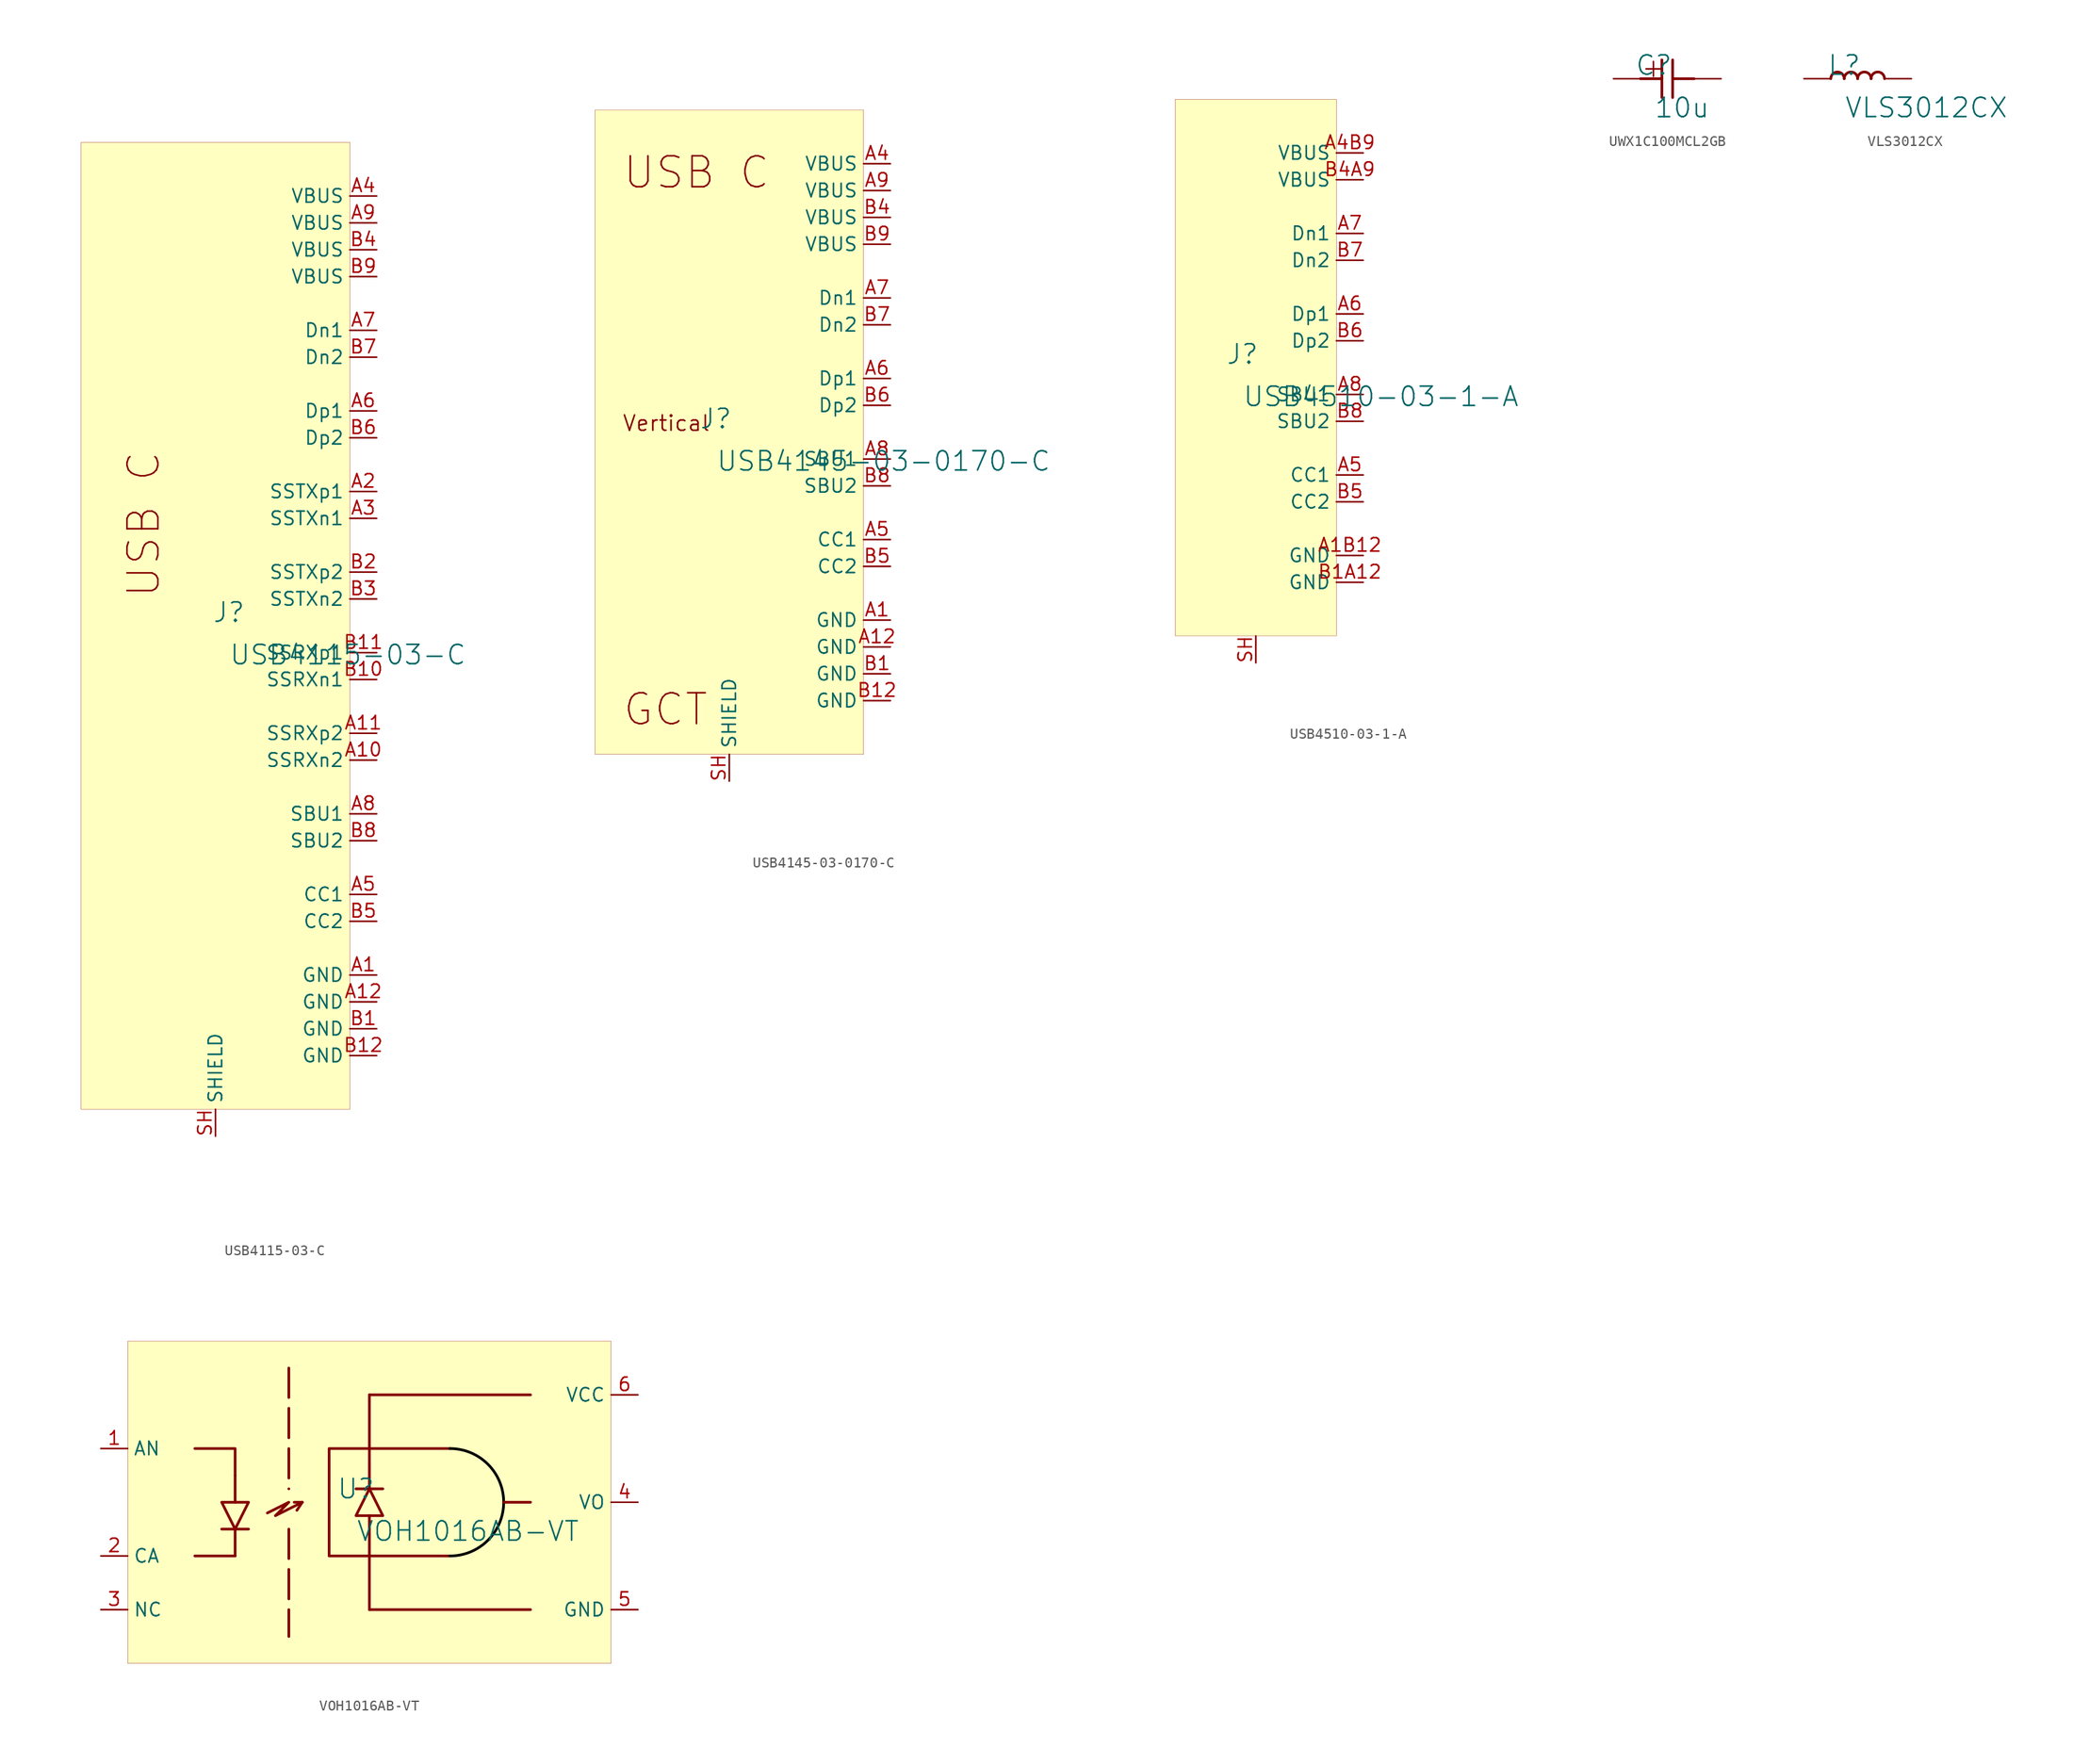
<source format=kicad_sym>
(kicad_symbol_lib
  (version 20231120)
  (generator "kicad_symbol_editor")
  (generator_version "8.0")
  (symbol "USB4115-03-C"
    (property "Reference" "J"
      (at -1.27 1.27 0)
      (effects (font (size 1.829 1.829))))
    (property "Value" "USB4115-03-C"
      (at -1.27 -3.81 0)
      (effects (font (size 1.829 1.829)) (justify left bottom)))
    (symbol "USB4115-03-C_1_0"
      (rectangle (start -15.24 45.72) (end 10.16 -45.72) (stroke (width 0.025) (type solid)) (fill (type background)))
      (text "USB C" (at -7.62 2.54 900) (effects (font (size 2.921 2.921)) (justify left bottom)))
      (pin passive line (at 12.7 -33.02 180) (length 2.54) (name "GND" (effects (font (size 1.27 1.27)))) (number "A1" (effects (font (size 1.27 1.27)))))
      (pin passive line (at 12.7 -12.7 180) (length 2.54) (name "SSRXn2" (effects (font (size 1.27 1.27)))) (number "A10" (effects (font (size 1.27 1.27)))))
      (pin passive line (at 12.7 -10.16 180) (length 2.54) (name "SSRXp2" (effects (font (size 1.27 1.27)))) (number "A11" (effects (font (size 1.27 1.27)))))
      (pin passive line (at 12.7 -35.56 180) (length 2.54) (name "GND" (effects (font (size 1.27 1.27)))) (number "A12" (effects (font (size 1.27 1.27)))))
      (pin passive line (at 12.7 12.7 180) (length 2.54) (name "SSTXp1" (effects (font (size 1.27 1.27)))) (number "A2" (effects (font (size 1.27 1.27)))))
      (pin passive line (at 12.7 10.16 180) (length 2.54) (name "SSTXn1" (effects (font (size 1.27 1.27)))) (number "A3" (effects (font (size 1.27 1.27)))))
      (pin passive line (at 12.7 40.64 180) (length 2.54) (name "VBUS" (effects (font (size 1.27 1.27)))) (number "A4" (effects (font (size 1.27 1.27)))))
      (pin passive line (at 12.7 -25.4 180) (length 2.54) (name "CC1" (effects (font (size 1.27 1.27)))) (number "A5" (effects (font (size 1.27 1.27)))))
      (pin passive line (at 12.7 20.32 180) (length 2.54) (name "Dp1" (effects (font (size 1.27 1.27)))) (number "A6" (effects (font (size 1.27 1.27)))))
      (pin passive line (at 12.7 27.94 180) (length 2.54) (name "Dn1" (effects (font (size 1.27 1.27)))) (number "A7" (effects (font (size 1.27 1.27)))))
      (pin passive line (at 12.7 -17.78 180) (length 2.54) (name "SBU1" (effects (font (size 1.27 1.27)))) (number "A8" (effects (font (size 1.27 1.27)))))
      (pin passive line (at 12.7 38.1 180) (length 2.54) (name "VBUS" (effects (font (size 1.27 1.27)))) (number "A9" (effects (font (size 1.27 1.27)))))
      (pin passive line (at 12.7 -38.1 180) (length 2.54) (name "GND" (effects (font (size 1.27 1.27)))) (number "B1" (effects (font (size 1.27 1.27)))))
      (pin passive line (at 12.7 -5.08 180) (length 2.54) (name "SSRXn1" (effects (font (size 1.27 1.27)))) (number "B10" (effects (font (size 1.27 1.27)))))
      (pin passive line (at 12.7 -2.54 180) (length 2.54) (name "SSRXp1" (effects (font (size 1.27 1.27)))) (number "B11" (effects (font (size 1.27 1.27)))))
      (pin passive line (at 12.7 -40.64 180) (length 2.54) (name "GND" (effects (font (size 1.27 1.27)))) (number "B12" (effects (font (size 1.27 1.27)))))
      (pin passive line (at 12.7 5.08 180) (length 2.54) (name "SSTXp2" (effects (font (size 1.27 1.27)))) (number "B2" (effects (font (size 1.27 1.27)))))
      (pin passive line (at 12.7 2.54 180) (length 2.54) (name "SSTXn2" (effects (font (size 1.27 1.27)))) (number "B3" (effects (font (size 1.27 1.27)))))
      (pin passive line (at 12.7 35.56 180) (length 2.54) (name "VBUS" (effects (font (size 1.27 1.27)))) (number "B4" (effects (font (size 1.27 1.27)))))
      (pin passive line (at 12.7 -27.94 180) (length 2.54) (name "CC2" (effects (font (size 1.27 1.27)))) (number "B5" (effects (font (size 1.27 1.27)))))
      (pin passive line (at 12.7 17.78 180) (length 2.54) (name "Dp2" (effects (font (size 1.27 1.27)))) (number "B6" (effects (font (size 1.27 1.27)))))
      (pin passive line (at 12.7 25.4 180) (length 2.54) (name "Dn2" (effects (font (size 1.27 1.27)))) (number "B7" (effects (font (size 1.27 1.27)))))
      (pin passive line (at 12.7 -20.32 180) (length 2.54) (name "SBU2" (effects (font (size 1.27 1.27)))) (number "B8" (effects (font (size 1.27 1.27)))))
      (pin passive line (at 12.7 33.02 180) (length 2.54) (name "VBUS" (effects (font (size 1.27 1.27)))) (number "B9" (effects (font (size 1.27 1.27)))))
      (pin passive line (at -2.54 -48.26 90) (length 2.54) (name "SHIELD" (effects (font (size 1.27 1.27)))) (number "SH" (effects (font (size 1.27 1.27)))))))
  (symbol "USB4145-03-0170-C"
    (property "Reference" "J"
      (at -1.27 1.27 0)
      (effects (font (size 1.829 1.829))))
    (property "Value" "USB4145-03-0170-C"
      (at -1.27 -3.81 0)
      (effects (font (size 1.829 1.829)) (justify left bottom)))
    (symbol "USB4145-03-0170-C_1_0"
      (rectangle (start -12.7 30.48) (end 12.7 -30.48) (stroke (width 0.025) (type solid)) (fill (type background)))
      (text "GCT" (at -10.16 -27.94 0) (effects (font (size 2.921 2.921)) (justify left bottom)))
      (text "USB C" (at -10.16 22.86 0) (effects (font (size 2.921 2.921)) (justify left bottom)))
      (text "Vertical" (at -10.16 0 0) (effects (font (size 1.448 1.448)) (justify left bottom)))
      (pin passive line (at 15.24 -17.78 180) (length 2.54) (name "GND" (effects (font (size 1.27 1.27)))) (number "A1" (effects (font (size 1.27 1.27)))))
      (pin passive line (at 15.24 -20.32 180) (length 2.54) (name "GND" (effects (font (size 1.27 1.27)))) (number "A12" (effects (font (size 1.27 1.27)))))
      (pin passive line (at 15.24 25.4 180) (length 2.54) (name "VBUS" (effects (font (size 1.27 1.27)))) (number "A4" (effects (font (size 1.27 1.27)))))
      (pin passive line (at 15.24 -10.16 180) (length 2.54) (name "CC1" (effects (font (size 1.27 1.27)))) (number "A5" (effects (font (size 1.27 1.27)))))
      (pin passive line (at 15.24 5.08 180) (length 2.54) (name "Dp1" (effects (font (size 1.27 1.27)))) (number "A6" (effects (font (size 1.27 1.27)))))
      (pin passive line (at 15.24 12.7 180) (length 2.54) (name "Dn1" (effects (font (size 1.27 1.27)))) (number "A7" (effects (font (size 1.27 1.27)))))
      (pin passive line (at 15.24 -2.54 180) (length 2.54) (name "SBU1" (effects (font (size 1.27 1.27)))) (number "A8" (effects (font (size 1.27 1.27)))))
      (pin passive line (at 15.24 22.86 180) (length 2.54) (name "VBUS" (effects (font (size 1.27 1.27)))) (number "A9" (effects (font (size 1.27 1.27)))))
      (pin passive line (at 15.24 -22.86 180) (length 2.54) (name "GND" (effects (font (size 1.27 1.27)))) (number "B1" (effects (font (size 1.27 1.27)))))
      (pin passive line (at 15.24 -25.4 180) (length 2.54) (name "GND" (effects (font (size 1.27 1.27)))) (number "B12" (effects (font (size 1.27 1.27)))))
      (pin passive line (at 15.24 20.32 180) (length 2.54) (name "VBUS" (effects (font (size 1.27 1.27)))) (number "B4" (effects (font (size 1.27 1.27)))))
      (pin passive line (at 15.24 -12.7 180) (length 2.54) (name "CC2" (effects (font (size 1.27 1.27)))) (number "B5" (effects (font (size 1.27 1.27)))))
      (pin passive line (at 15.24 2.54 180) (length 2.54) (name "Dp2" (effects (font (size 1.27 1.27)))) (number "B6" (effects (font (size 1.27 1.27)))))
      (pin passive line (at 15.24 10.16 180) (length 2.54) (name "Dn2" (effects (font (size 1.27 1.27)))) (number "B7" (effects (font (size 1.27 1.27)))))
      (pin passive line (at 15.24 -5.08 180) (length 2.54) (name "SBU2" (effects (font (size 1.27 1.27)))) (number "B8" (effects (font (size 1.27 1.27)))))
      (pin passive line (at 15.24 17.78 180) (length 2.54) (name "VBUS" (effects (font (size 1.27 1.27)))) (number "B9" (effects (font (size 1.27 1.27)))))
      (pin passive line (at 0 -33.02 90) (length 2.54) (name "SHIELD" (effects (font (size 1.27 1.27)))) (number "SH" (effects (font (size 1.27 1.27)))))))
  (symbol "USB4510-03-1-A"
    (property "Reference" "J"
      (at -1.27 1.27 0)
      (effects (font (size 1.829 1.829))))
    (property "Value" "USB4510-03-1-A"
      (at -1.27 -3.81 0)
      (effects (font (size 1.829 1.829)) (justify left bottom)))
    (symbol "USB4510-03-1-A_1_0"
      (rectangle (start -7.62 25.4) (end 7.62 -25.4) (stroke (width 0.025) (type solid)) (fill (type background)))
      (pin passive line (at 10.16 -17.78 180) (length 2.54) (name "GND" (effects (font (size 1.27 1.27)))) (number "A1B12" (effects (font (size 1.27 1.27)))))
      (pin passive line (at 10.16 20.32 180) (length 2.54) (name "VBUS" (effects (font (size 1.27 1.27)))) (number "A4B9" (effects (font (size 1.27 1.27)))))
      (pin passive line (at 10.16 -10.16 180) (length 2.54) (name "CC1" (effects (font (size 1.27 1.27)))) (number "A5" (effects (font (size 1.27 1.27)))))
      (pin passive line (at 10.16 5.08 180) (length 2.54) (name "Dp1" (effects (font (size 1.27 1.27)))) (number "A6" (effects (font (size 1.27 1.27)))))
      (pin passive line (at 10.16 12.7 180) (length 2.54) (name "Dn1" (effects (font (size 1.27 1.27)))) (number "A7" (effects (font (size 1.27 1.27)))))
      (pin passive line (at 10.16 -2.54 180) (length 2.54) (name "SBU1" (effects (font (size 1.27 1.27)))) (number "A8" (effects (font (size 1.27 1.27)))))
      (pin passive line (at 10.16 -20.32 180) (length 2.54) (name "GND" (effects (font (size 1.27 1.27)))) (number "B1A12" (effects (font (size 1.27 1.27)))))
      (pin passive line (at 10.16 17.78 180) (length 2.54) (name "VBUS" (effects (font (size 1.27 1.27)))) (number "B4A9" (effects (font (size 1.27 1.27)))))
      (pin passive line (at 10.16 -12.7 180) (length 2.54) (name "CC2" (effects (font (size 1.27 1.27)))) (number "B5" (effects (font (size 1.27 1.27)))))
      (pin passive line (at 10.16 2.54 180) (length 2.54) (name "Dp2" (effects (font (size 1.27 1.27)))) (number "B6" (effects (font (size 1.27 1.27)))))
      (pin passive line (at 10.16 10.16 180) (length 2.54) (name "Dn2" (effects (font (size 1.27 1.27)))) (number "B7" (effects (font (size 1.27 1.27)))))
      (pin passive line (at 10.16 -5.08 180) (length 2.54) (name "SBU2" (effects (font (size 1.27 1.27)))) (number "B8" (effects (font (size 1.27 1.27)))))
      (pin passive line (at 0 -27.94 90) (length 2.54) (name "SHIELD" (effects (font (size 0 0)))) (number "SH" (effects (font (size 1.27 1.27)))))))
  (symbol "UWX1C100MCL2GB"
    (property "Reference" "C"
      (at -1.27 1.27 0)
      (effects (font (size 1.829 1.829))))
    (property "Value" "10u"
      (at -1.27 -3.81 0)
      (effects (font (size 1.829 1.829)) (justify left bottom)))
    (symbol "UWX1C100MCL2GB_1_0"
      (polyline (pts (xy -2.54 0) (xy -0.508 0)) (stroke (width 0.254) (type solid)) (fill (type none)))
      (polyline (pts (xy -0.508 1.778) (xy -0.508 -1.778)) (stroke (width 0.254) (type solid)) (fill (type none)))
      (polyline (pts (xy 0.508 -1.778) (xy 0.508 1.778)) (stroke (width 0.254) (type solid)) (fill (type none)))
      (polyline (pts (xy 0.508 0) (xy 2.54 0)) (stroke (width 0.254) (type solid)) (fill (type none)))
      (text "+" (at -2.54 0 0) (effects (font (size 1.829 1.829)) (justify left bottom)))
      (pin passive line (at -5.08 0 0) (length 2.54) (name "1" (effects (font (size 0 0)))) (number "1" (effects (font (size 0 0)))))
      (pin passive line (at 5.08 0 180) (length 2.54) (name "2" (effects (font (size 0 0)))) (number "2" (effects (font (size 0 0)))))))
  (symbol "VLS3012CX"
    (property "Reference" "L"
      (at -1.27 1.27 0)
      (effects (font (size 1.829 1.829))))
    (property "Value" "VLS3012CX"
      (at -1.27 -3.81 0)
      (effects (font (size 1.829 1.829)) (justify left bottom)))
    (symbol "VLS3012CX_1_0"
      (arc (start -1.27 0) (mid -1.905 0.635) (end -2.54 0) (stroke (width 0.254) (type solid)) (fill (type none)))
      (arc (start 0 0) (mid -0.635 0.635) (end -1.27 0) (stroke (width 0.254) (type solid)) (fill (type none)))
      (arc (start 1.27 0) (mid 0.635 0.635) (end 0 0) (stroke (width 0.254) (type solid)) (fill (type none)))
      (arc (start 2.54 0) (mid 1.905 0.635) (end 1.27 0) (stroke (width 0.254) (type solid)) (fill (type none)))
      (pin passive line (at -5.08 0 0) (length 2.54) (name "1" (effects (font (size 0 0)))) (number "1" (effects (font (size 0 0)))))
      (pin passive line (at 5.08 0 180) (length 2.54) (name "2" (effects (font (size 0 0)))) (number "2" (effects (font (size 0 0)))))))
  (symbol "VOH1016AB-VT"
    (property "Reference" "U"
      (at -1.27 1.27 0)
      (effects (font (size 1.829 1.829))))
    (property "Value" "VOH1016AB-VT"
      (at -1.27 -3.81 0)
      (effects (font (size 1.829 1.829)) (justify left bottom)))
    (symbol "VOH1016AB-VT_1_0"
      (polyline (pts (xy -16.51 -5.08) (xy -12.7 -5.08)) (stroke (width 0.254) (type solid)) (fill (type none)))
      (polyline (pts (xy -13.97 -2.54) (xy -11.43 -2.54)) (stroke (width 0.254) (type solid)) (fill (type none)))
      (polyline (pts (xy -12.7 -2.54) (xy -12.7 -5.08)) (stroke (width 0.254) (type solid)) (fill (type none)))
      (polyline (pts (xy -12.7 0) (xy -12.7 2.54)) (stroke (width 0.254) (type solid)) (fill (type none)))
      (polyline (pts (xy -7.62 -2.54) (xy -7.62 -12.7)) (stroke (width 0.254) (type dash)) (fill (type none)))
      (polyline (pts (xy -7.62 12.7) (xy -7.62 1.27)) (stroke (width 0.254) (type dash)) (fill (type none)))
      (polyline (pts (xy -6.35 0) (xy -7.112 0)) (stroke (width 0.254) (type solid)) (fill (type none)))
      (polyline (pts (xy -6.35 0) (xy -6.858 -0.762)) (stroke (width 0.254) (type solid)) (fill (type none)))
      (polyline (pts (xy 0 -10.16) (xy 15.24 -10.16)) (stroke (width 0.254) (type solid)) (fill (type none)))
      (polyline (pts (xy 0 -2.54) (xy 0 -10.16)) (stroke (width 0.254) (type solid)) (fill (type none)))
      (polyline (pts (xy 0 -1.27) (xy 0 -5.08)) (stroke (width 0.254) (type solid)) (fill (type none)))
      (polyline (pts (xy 0 1.27) (xy 0 3.81)) (stroke (width 0.254) (type solid)) (fill (type none)))
      (polyline (pts (xy 0 2.54) (xy 0 10.16)) (stroke (width 0.254) (type solid)) (fill (type none)))
      (polyline (pts (xy 0 10.16) (xy 15.24 10.16)) (stroke (width 0.254) (type solid)) (fill (type none)))
      (polyline (pts (xy 1.27 1.27) (xy -1.27 1.27)) (stroke (width 0.254) (type solid)) (fill (type none)))
      (polyline (pts (xy 12.7 0) (xy 15.24 0)) (stroke (width 0.254) (type solid)) (fill (type none)))
      (polyline (pts (xy -12.7 2.54) (xy -12.7 5.08) (xy -16.51 5.08)) (stroke (width 0.254) (type solid)) (fill (type none)))
      (polyline (pts (xy -13.97 0) (xy -11.43 0) (xy -12.7 -2.54) (xy -13.97 0)) (stroke (width 0.254) (type solid)) (fill (type none)))
      (polyline (pts (xy -9.652 -1.016) (xy -7.62 0) (xy -8.89 -1.27) (xy -6.35 0)) (stroke (width 0.254) (type solid)) (fill (type none)))
      (polyline (pts (xy 1.27 -1.27) (xy -1.27 -1.27) (xy 0 1.27) (xy 1.27 -1.27)) (stroke (width 0.254) (type solid)) (fill (type none)))
      (polyline (pts (xy 7.62 5.08) (xy -3.81 5.08) (xy -3.81 -5.08) (xy 7.62 -5.08)) (stroke (width 0.254) (type solid)) (fill (type none)))
      (arc (start 7.62 -5.08) (mid 12.7 0) (end 7.62 5.08) (stroke (width 0.254) (type solid) (color 0 0 0 1)) (fill (type none)))
      (rectangle (start 22.86 15.24) (end -22.86 -15.24) (stroke (width 0.025) (type solid) (color 128 0 0 1)) (fill (type background)))
      (pin passive line (at -25.4 5.08 0) (length 2.54) (name "AN" (effects (font (size 1.27 1.27)))) (number "1" (effects (font (size 1.27 1.27)))))
      (pin passive line (at -25.4 -5.08 0) (length 2.54) (name "CA" (effects (font (size 1.27 1.27)))) (number "2" (effects (font (size 1.27 1.27)))))
      (pin passive line (at -25.4 -10.16 0) (length 2.54) (name "NC" (effects (font (size 1.27 1.27)))) (number "3" (effects (font (size 1.27 1.27)))))
      (pin open_collector line (at 25.4 0 180) (length 2.54) (name "VO" (effects (font (size 1.27 1.27)))) (number "4" (effects (font (size 1.27 1.27)))))
      (pin power_in line (at 25.4 -10.16 180) (length 2.54) (name "GND" (effects (font (size 1.27 1.27)))) (number "5" (effects (font (size 1.27 1.27)))))
      (pin power_in line (at 25.4 10.16 180) (length 2.54) (name "VCC" (effects (font (size 1.27 1.27)))) (number "6" (effects (font (size 1.27 1.27))))))))
</source>
